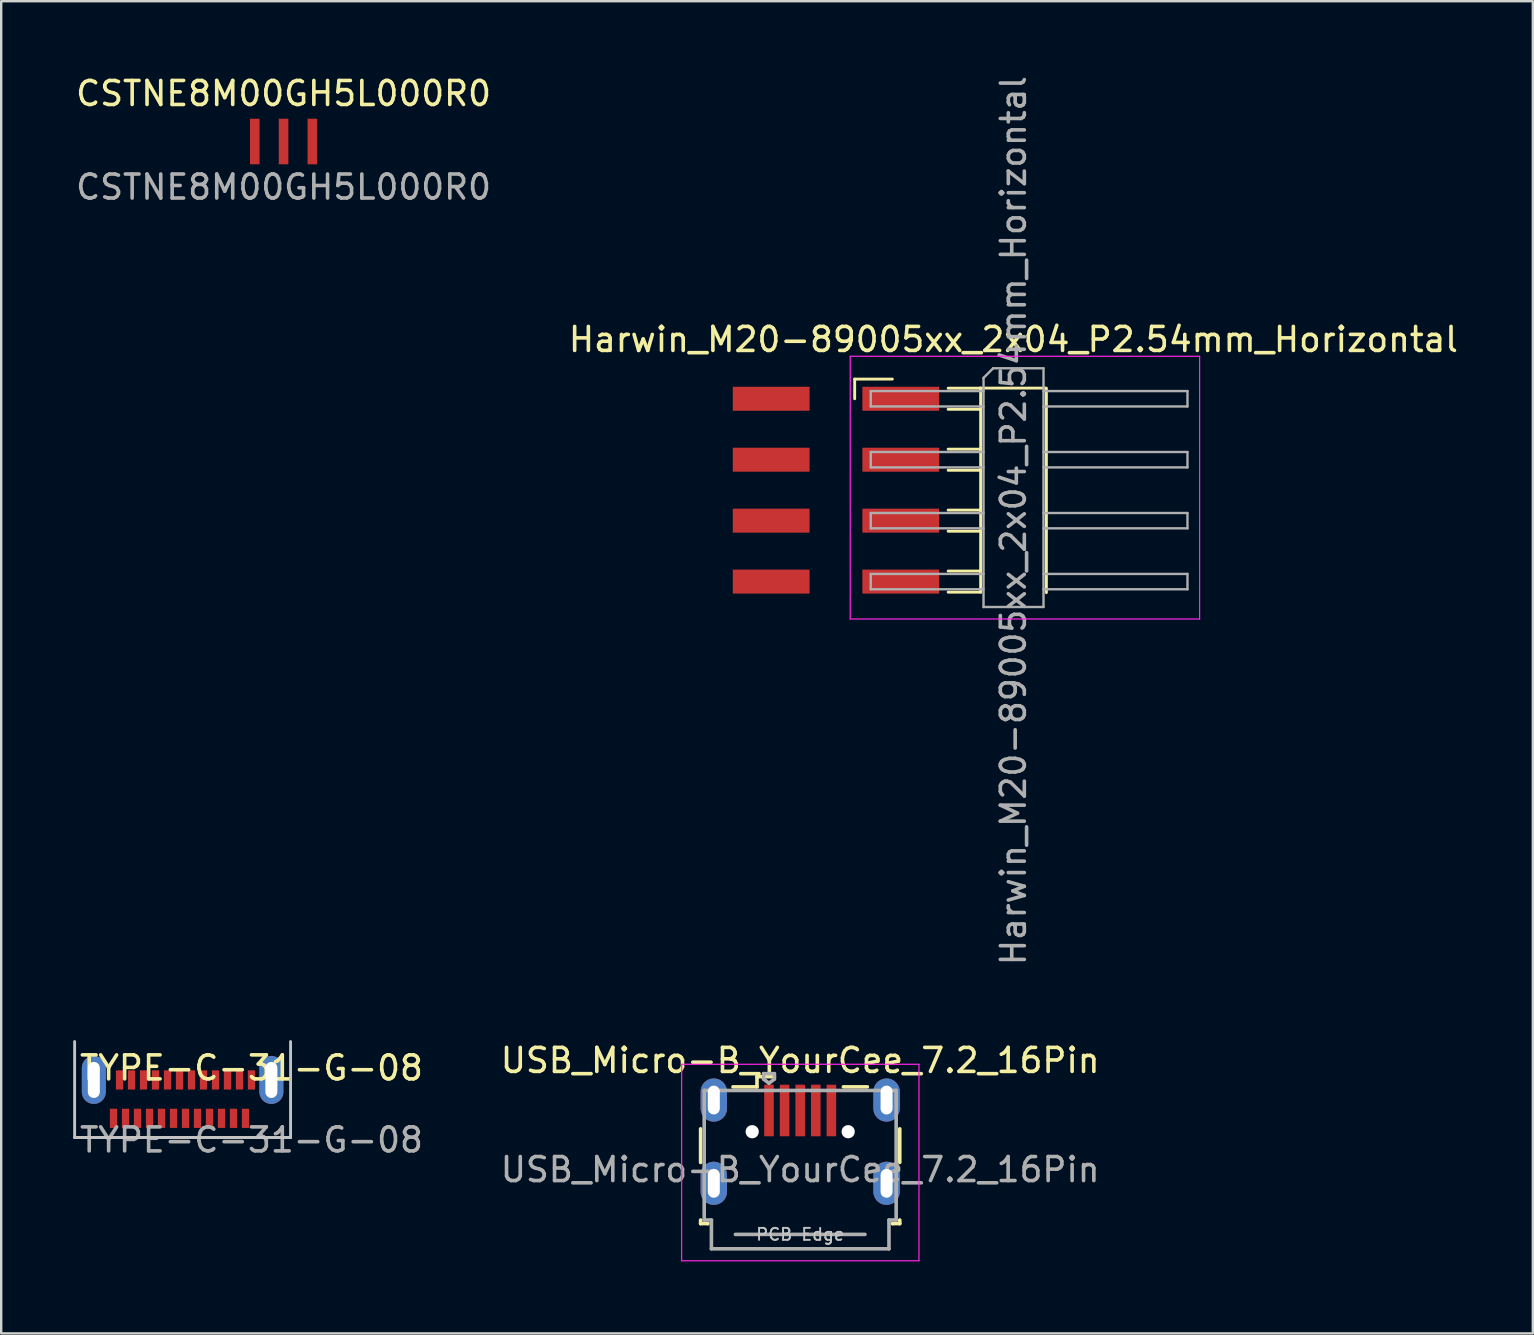
<source format=kicad_pcb>
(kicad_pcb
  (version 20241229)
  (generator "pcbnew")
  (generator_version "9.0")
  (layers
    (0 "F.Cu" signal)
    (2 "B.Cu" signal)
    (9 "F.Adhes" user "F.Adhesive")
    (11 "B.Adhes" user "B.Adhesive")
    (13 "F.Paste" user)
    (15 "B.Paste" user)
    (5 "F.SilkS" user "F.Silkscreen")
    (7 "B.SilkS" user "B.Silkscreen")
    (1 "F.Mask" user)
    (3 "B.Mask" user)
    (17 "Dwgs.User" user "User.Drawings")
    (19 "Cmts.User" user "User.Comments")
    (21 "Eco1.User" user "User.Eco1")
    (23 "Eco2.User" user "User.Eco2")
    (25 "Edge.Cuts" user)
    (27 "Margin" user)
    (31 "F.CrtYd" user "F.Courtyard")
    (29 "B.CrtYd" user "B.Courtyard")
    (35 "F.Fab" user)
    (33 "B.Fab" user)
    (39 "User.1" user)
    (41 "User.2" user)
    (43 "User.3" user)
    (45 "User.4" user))
  (footprint "CSTNE8M00GH5L000R0"
    (layer "F.Cu")
    (at 8.768 2.848)
    (property "Reference" "CSTNE8M00GH5L000R0" (at 0 -2 0) (unlocked yes) (layer "F.SilkS") (effects (font (size 1 1) (thickness 0.15))))
    (attr smd)
    (fp_text user "${REFERENCE}" (at 0 1.9 0) (unlocked yes) (layer "F.Fab") (effects (font (size 1 1) (thickness 0.15))))
    (pad "1" smd rect (at -1.2 0) (size 0.4 1.9) (layers "F.Cu" "F.Mask" "F.Paste"))
    (pad "2" smd rect (at 0 0) (size 0.4 1.9) (layers "F.Cu" "F.Mask" "F.Paste"))
    (pad "3" smd rect (at 1.2 0) (size 0.4 1.9) (layers "F.Cu" "F.Mask" "F.Paste")))
  (footprint "TYPE-C-31-G-08"
    (layer "F.Cu")
    (at 4.56 44.358)
    (property "Reference" "TYPE-C-31-G-08" (at 2.87 -2.9 0) (unlocked yes) (layer "F.SilkS") (effects (font (size 1 1) (thickness 0.15))))
    (attr smd)
    (fp_line (start -4.5 0) (end -4.5 -4) (stroke (width 0.12) (type solid)) (layer "Dwgs.User"))
    (fp_line (start -4.5 0) (end 4.5 0) (stroke (width 0.12) (type solid)) (layer "Dwgs.User"))
    (fp_line (start 4.5 0) (end 4.5 -4) (stroke (width 0.12) (type solid)) (layer "Dwgs.User"))
    (fp_line (start -4.5 0) (end 4.5 0) (stroke (width 0.12) (type solid)) (layer "Edge.Cuts"))
    (fp_text user "${REFERENCE}" (at 2.87 0.1 0) (unlocked yes) (layer "F.Fab") (effects (font (size 1 1) (thickness 0.15))))
    (pad "A1" smd rect (at 2.87 -2.4) (size 0.3 0.8) (layers "F.Cu" "F.Mask" "F.Paste"))
    (pad "A2" smd rect (at 2.37 -2.4) (size 0.3 0.8) (layers "F.Cu" "F.Mask" "F.Paste"))
    (pad "A3" smd rect (at 1.87 -2.4) (size 0.3 0.8) (layers "F.Cu" "F.Mask" "F.Paste"))
    (pad "A4" smd rect (at 1.37 -2.4) (size 0.3 0.8) (layers "F.Cu" "F.Mask" "F.Paste"))
    (pad "A5" smd rect (at 0.87 -2.4) (size 0.3 0.8) (layers "F.Cu" "F.Mask" "F.Paste"))
    (pad "A6" smd rect (at 0.37 -2.4) (size 0.3 0.8) (layers "F.Cu" "F.Mask" "F.Paste"))
    (pad "A7" smd rect (at -0.13 -2.4) (size 0.3 0.8) (layers "F.Cu" "F.Mask" "F.Paste"))
    (pad "A8" smd rect (at -0.63 -2.4) (size 0.3 0.8) (layers "F.Cu" "F.Mask" "F.Paste"))
    (pad "A9" smd rect (at -1.13 -2.4) (size 0.3 0.8) (layers "F.Cu" "F.Mask" "F.Paste"))
    (pad "A10" smd rect (at -1.63 -2.4) (size 0.3 0.8) (layers "F.Cu" "F.Mask" "F.Paste"))
    (pad "A11" smd rect (at -2.13 -2.4) (size 0.3 0.8) (layers "F.Cu" "F.Mask" "F.Paste"))
    (pad "A12" smd rect (at -2.63 -2.4) (size 0.3 0.8) (layers "F.Cu" "F.Mask" "F.Paste"))
    (pad "B1" smd rect (at -2.88 -0.8) (size 0.3 0.8) (layers "F.Cu" "F.Mask" "F.Paste"))
    (pad "B2" smd rect (at -2.38 -0.8) (size 0.3 0.8) (layers "F.Cu" "F.Mask" "F.Paste"))
    (pad "B3" smd rect (at -1.88 -0.8) (size 0.3 0.8) (layers "F.Cu" "F.Mask" "F.Paste"))
    (pad "B4" smd rect (at -1.38 -0.8) (size 0.3 0.8) (layers "F.Cu" "F.Mask" "F.Paste"))
    (pad "B5" smd rect (at -0.88 -0.8) (size 0.3 0.8) (layers "F.Cu" "F.Mask" "F.Paste"))
    (pad "B6" smd rect (at -0.38 -0.8) (size 0.3 0.8) (layers "F.Cu" "F.Mask" "F.Paste"))
    (pad "B7" smd rect (at 0.12 -0.8) (size 0.3 0.8) (layers "F.Cu" "F.Mask" "F.Paste"))
    (pad "B8" smd rect (at 0.62 -0.8) (size 0.3 0.8) (layers "F.Cu" "F.Mask" "F.Paste"))
    (pad "B9" smd rect (at 1.12 -0.8) (size 0.3 0.8) (layers "F.Cu" "F.Mask" "F.Paste"))
    (pad "B10" smd rect (at 1.62 -0.8) (size 0.3 0.8) (layers "F.Cu" "F.Mask" "F.Paste"))
    (pad "B11" smd rect (at 2.12 -0.8) (size 0.3 0.8) (layers "F.Cu" "F.Mask" "F.Paste"))
    (pad "B12" smd rect (at 2.62 -0.8) (size 0.3 0.8) (layers "F.Cu" "F.Mask" "F.Paste"))
    (pad "S1" thru_hole oval (at -3.7 -2.4) (size 1 2) (drill oval 0.5 1.5) (layers "*.Cu" "*.Mask"))
    (pad "S1" thru_hole oval (at 3.7 -2.4) (size 1 2) (drill oval 0.5 1.5) (layers "*.Cu" "*.Mask")))
  (footprint "USB_Micro-B_YourCee_7.2_16Pin"
    (layer "F.Cu")
    (at 30.299 44.516)
    (property "Reference" "USB_Micro-B_YourCee_7.2_16Pin" (at 0 -3.37 0) (layer "F.SilkS") (effects (font (size 1 1) (thickness 0.15))))
    (attr smd)
    (fp_line (start -4.15 -0.52) (end -4.15 0.88) (stroke (width 0.15) (type solid)) (layer "F.SilkS"))
    (fp_line (start -4.15 3.28) (end -4.15 3.43) (stroke (width 0.15) (type solid)) (layer "F.SilkS"))
    (fp_line (start -4.15 3.43) (end -3.85 3.43) (stroke (width 0.15) (type solid)) (layer "F.SilkS"))
    (fp_line (start -3.85 3.43) (end -3.85 3.43) (stroke (width 0.15) (type solid)) (layer "F.SilkS"))
    (fp_line (start -1.8 -2.695) (end -1.8 -2.27) (stroke (width 0.15) (type solid)) (layer "F.SilkS"))
    (fp_line (start -1.8 -2.27) (end -2.8 -2.27) (stroke (width 0.15) (type solid)) (layer "F.SilkS"))
    (fp_line (start -1.075 -2.695) (end -1.8 -2.695) (stroke (width 0.15) (type solid)) (layer "F.SilkS"))
    (fp_line (start 1.8 -2.27) (end 2.8 -2.27) (stroke (width 0.15) (type solid)) (layer "F.SilkS"))
    (fp_line (start 3.85 3.43) (end 3.85 3.43) (stroke (width 0.15) (type solid)) (layer "F.SilkS"))
    (fp_line (start 3.85 3.43) (end 4.15 3.43) (stroke (width 0.15) (type solid)) (layer "F.SilkS"))
    (fp_line (start 4.15 0.88) (end 4.15 -0.52) (stroke (width 0.15) (type solid)) (layer "F.SilkS"))
    (fp_line (start 4.15 3.43) (end 4.15 3.28) (stroke (width 0.15) (type solid)) (layer "F.SilkS"))
    (fp_line (start -4.94 -3.21) (end -4.94 4.98) (stroke (width 0.05) (type solid)) (layer "F.CrtYd"))
    (fp_line (start -4.94 4.98) (end 4.95 4.98) (stroke (width 0.05) (type solid)) (layer "F.CrtYd"))
    (fp_line (start 4.95 -3.21) (end -4.94 -3.21) (stroke (width 0.05) (type solid)) (layer "F.CrtYd"))
    (fp_line (start 4.95 4.98) (end 4.95 -3.21) (stroke (width 0.05) (type solid)) (layer "F.CrtYd"))
    (fp_line (start -4 -2.12) (end -4 3.28) (stroke (width 0.15) (type solid)) (layer "F.Fab"))
    (fp_line (start -4 3.28) (end -3.7 3.28) (stroke (width 0.15) (type solid)) (layer "F.Fab"))
    (fp_line (start -3.7 3.28) (end -3.7 4.48) (stroke (width 0.15) (type solid)) (layer "F.Fab"))
    (fp_line (start -3.7 4.48) (end 3.7 4.48) (stroke (width 0.15) (type solid)) (layer "F.Fab"))
    (fp_line (start -2.7 3.88) (end 2.7 3.88) (stroke (width 0.15) (type solid)) (layer "F.Fab"))
    (fp_line (start -1.525 -2.82) (end -1.075 -2.82) (stroke (width 0.15) (type solid)) (layer "F.Fab"))
    (fp_line (start -1.525 -2.595) (end -1.525 -2.82) (stroke (width 0.15) (type solid)) (layer "F.Fab"))
    (fp_line (start -1.3 -2.42) (end -1.525 -2.595) (stroke (width 0.15) (type solid)) (layer "F.Fab"))
    (fp_line (start -1.075 -2.82) (end -1.075 -2.595) (stroke (width 0.15) (type solid)) (layer "F.Fab"))
    (fp_line (start -1.075 -2.595) (end -1.3 -2.42) (stroke (width 0.15) (type solid)) (layer "F.Fab"))
    (fp_line (start 3.7 3.28) (end 4 3.28) (stroke (width 0.15) (type solid)) (layer "F.Fab"))
    (fp_line (start 3.7 4.48) (end 3.7 3.28) (stroke (width 0.15) (type solid)) (layer "F.Fab"))
    (fp_line (start 4 -2.12) (end -4 -2.12) (stroke (width 0.15) (type solid)) (layer "F.Fab"))
    (fp_line (start 4 3.28) (end 4 -2.12) (stroke (width 0.15) (type solid)) (layer "F.Fab"))
    (fp_text user "PCB Edge" (at 0 3.88 0) (layer "Dwgs.User") (effects (font (size 0.5 0.5) (thickness 0.08))))
    (fp_text user "${REFERENCE}" (at 0 1.18 0) (layer "F.Fab") (effects (font (size 1 1) (thickness 0.15))))
    (pad "" np_thru_hole oval (at -2 -0.4) (size 0.55 0.55) (drill 0.55) (layers "*.Cu" "*.Mask"))
    (pad "" np_thru_hole oval (at 2 -0.4) (size 0.55 0.55) (drill 0.55) (layers "*.Cu" "*.Mask"))
    (pad "1" smd rect (at -1.3 -1.285) (size 0.4 2.15) (layers "F.Cu" "F.Mask" "F.Paste"))
    (pad "2" smd rect (at -0.65 -1.285) (size 0.4 2.15) (layers "F.Cu" "F.Mask" "F.Paste"))
    (pad "3" smd rect (at 0 -1.285) (size 0.4 2.15) (layers "F.Cu" "F.Mask" "F.Paste"))
    (pad "4" smd rect (at 0.65 -1.285) (size 0.4 2.15) (layers "F.Cu" "F.Mask" "F.Paste"))
    (pad "5" smd rect (at 1.3 -1.285) (size 0.4 2.15) (layers "F.Cu" "F.Mask" "F.Paste"))
    (pad "6" thru_hole oval (at -3.6 -1.72) (size 1.1 1.8) (drill oval 0.5 1.2) (layers "*.Cu" "*.Mask"))
    (pad "6" thru_hole oval (at -3.6 1.75) (size 1.1 1.8) (drill oval 0.5 1.2) (layers "*.Cu" "*.Mask"))
    (pad "6" thru_hole oval (at 3.6 -1.72) (size 1.1 1.8) (drill oval 0.5 1.2) (layers "*.Cu" "*.Mask"))
    (pad "6" thru_hole oval (at 3.6 1.75) (size 1.1 1.8) (drill oval 0.5 1.2) (layers "*.Cu" "*.Mask")))
  (footprint "Harwin_M20-89005xx_2x04_P2.54mm_Horizontal"
    (layer "F.Cu")
    (at 32.89 20.689)
    (property "Reference" "Harwin_M20-89005xx_2x04_P2.54mm_Horizontal" (at 6.295 -9.59 0) (layer "F.SilkS") (effects (font (size 1 1) (thickness 0.15))))
    (attr smd)
    (fp_line (start -0.32 -7.94) (end 1.25 -7.94) (stroke (width 0.12) (type solid)) (layer "F.SilkS"))
    (fp_line (start -0.32 -7.12) (end -0.32 -7.94) (stroke (width 0.12) (type solid)) (layer "F.SilkS"))
    (fp_line (start 3.575 -7.56) (end 4.93 -7.56) (stroke (width 0.12) (type solid)) (layer "F.SilkS"))
    (fp_line (start 3.575 -6.68) (end 4.93 -6.68) (stroke (width 0.12) (type solid)) (layer "F.SilkS"))
    (fp_line (start 3.575 -5.02) (end 4.93 -5.02) (stroke (width 0.12) (type solid)) (layer "F.SilkS"))
    (fp_line (start 3.575 -4.14) (end 4.93 -4.14) (stroke (width 0.12) (type solid)) (layer "F.SilkS"))
    (fp_line (start 3.575 -2.48) (end 4.93 -2.48) (stroke (width 0.12) (type solid)) (layer "F.SilkS"))
    (fp_line (start 3.575 -1.6) (end 4.93 -1.6) (stroke (width 0.12) (type solid)) (layer "F.SilkS"))
    (fp_line (start 3.575 0.06) (end 4.93 0.06) (stroke (width 0.12) (type solid)) (layer "F.SilkS"))
    (fp_line (start 3.575 0.94) (end 4.93 0.94) (stroke (width 0.12) (type solid)) (layer "F.SilkS"))
    (fp_line (start 4.905 -7.565) (end 7.645 -7.565) (stroke (width 0.12) (type solid)) (layer "F.SilkS"))
    (fp_line (start 4.93 0.94) (end 4.93 -7.56) (stroke (width 0.12) (type solid)) (layer "F.SilkS"))
    (fp_line (start 7.67 -7.56) (end 7.67 0.96) (stroke (width 0.12) (type solid)) (layer "F.SilkS"))
    (fp_line (start -0.505 -8.89) (end 14.055 -8.89) (stroke (width 0.05) (type solid)) (layer "F.CrtYd"))
    (fp_line (start -0.505 2.06) (end -0.505 -8.89) (stroke (width 0.05) (type solid)) (layer "F.CrtYd"))
    (fp_line (start 14.055 -8.89) (end 14.055 2.06) (stroke (width 0.05) (type solid)) (layer "F.CrtYd"))
    (fp_line (start 14.055 2.06) (end -0.505 2.06) (stroke (width 0.05) (type solid)) (layer "F.CrtYd"))
    (fp_line (start 0.35 -7.44) (end 0.35 -6.8) (stroke (width 0.1) (type solid)) (layer "F.Fab"))
    (fp_line (start 0.35 -6.8) (end 5.05 -6.8) (stroke (width 0.1) (type solid)) (layer "F.Fab"))
    (fp_line (start 0.35 -4.9) (end 0.35 -4.26) (stroke (width 0.1) (type solid)) (layer "F.Fab"))
    (fp_line (start 0.35 -4.26) (end 5.05 -4.26) (stroke (width 0.1) (type solid)) (layer "F.Fab"))
    (fp_line (start 0.35 -2.36) (end 0.35 -1.72) (stroke (width 0.1) (type solid)) (layer "F.Fab"))
    (fp_line (start 0.35 -1.72) (end 5.05 -1.72) (stroke (width 0.1) (type solid)) (layer "F.Fab"))
    (fp_line (start 0.35 0.18) (end 0.35 0.82) (stroke (width 0.1) (type solid)) (layer "F.Fab"))
    (fp_line (start 0.35 0.82) (end 5.05 0.82) (stroke (width 0.1) (type solid)) (layer "F.Fab"))
    (fp_line (start 5.05 -7.99) (end 5.45 -8.39) (stroke (width 0.1) (type solid)) (layer "F.Fab"))
    (fp_line (start 5.05 -7.44) (end 0.35 -7.44) (stroke (width 0.1) (type solid)) (layer "F.Fab"))
    (fp_line (start 5.05 -4.9) (end 0.35 -4.9) (stroke (width 0.1) (type solid)) (layer "F.Fab"))
    (fp_line (start 5.05 -2.36) (end 0.35 -2.36) (stroke (width 0.1) (type solid)) (layer "F.Fab"))
    (fp_line (start 5.05 0.18) (end 0.35 0.18) (stroke (width 0.1) (type solid)) (layer "F.Fab"))
    (fp_line (start 5.05 1.56) (end 5.05 -7.99) (stroke (width 0.1) (type solid)) (layer "F.Fab"))
    (fp_line (start 5.45 -8.39) (end 7.55 -8.39) (stroke (width 0.1) (type solid)) (layer "F.Fab"))
    (fp_line (start 7.55 -8.39) (end 7.55 1.56) (stroke (width 0.1) (type solid)) (layer "F.Fab"))
    (fp_line (start 7.55 -7.44) (end 13.55 -7.44) (stroke (width 0.1) (type solid)) (layer "F.Fab"))
    (fp_line (start 7.55 -4.9) (end 13.55 -4.9) (stroke (width 0.1) (type solid)) (layer "F.Fab"))
    (fp_line (start 7.55 -2.36) (end 13.55 -2.36) (stroke (width 0.1) (type solid)) (layer "F.Fab"))
    (fp_line (start 7.55 0.18) (end 13.55 0.18) (stroke (width 0.1) (type solid)) (layer "F.Fab"))
    (fp_line (start 7.55 1.56) (end 5.05 1.56) (stroke (width 0.1) (type solid)) (layer "F.Fab"))
    (fp_line (start 13.55 -7.44) (end 13.55 -6.8) (stroke (width 0.1) (type solid)) (layer "F.Fab"))
    (fp_line (start 13.55 -6.8) (end 7.55 -6.8) (stroke (width 0.1) (type solid)) (layer "F.Fab"))
    (fp_line (start 13.55 -4.9) (end 13.55 -4.26) (stroke (width 0.1) (type solid)) (layer "F.Fab"))
    (fp_line (start 13.55 -4.26) (end 7.55 -4.26) (stroke (width 0.1) (type solid)) (layer "F.Fab"))
    (fp_line (start 13.55 -2.36) (end 13.55 -1.72) (stroke (width 0.1) (type solid)) (layer "F.Fab"))
    (fp_line (start 13.55 -1.72) (end 7.55 -1.72) (stroke (width 0.1) (type solid)) (layer "F.Fab"))
    (fp_line (start 13.55 0.18) (end 13.55 0.82) (stroke (width 0.1) (type solid)) (layer "F.Fab"))
    (fp_line (start 13.55 0.82) (end 7.55 0.82) (stroke (width 0.1) (type solid)) (layer "F.Fab"))
    (fp_text user "${REFERENCE}" (at 6.295 -2.04 90) (layer "F.Fab") (effects (font (size 1 1) (thickness 0.15))))
    (pad "1" smd rect (at -3.8 -7.12) (size 3.2 1) (layers "F.Cu" "F.Mask" "F.Paste"))
    (pad "1" smd rect (at 1.6 -7.12) (size 3.2 1) (layers "F.Cu" "F.Mask" "F.Paste"))
    (pad "2" smd rect (at -3.8 -4.58) (size 3.2 1) (layers "F.Cu" "F.Mask" "F.Paste"))
    (pad "2" smd rect (at 1.6 -4.58) (size 3.2 1) (layers "F.Cu" "F.Mask" "F.Paste"))
    (pad "3" smd rect (at -3.8 -2.04) (size 3.2 1) (layers "F.Cu" "F.Mask" "F.Paste"))
    (pad "3" smd rect (at 1.6 -2.04) (size 3.2 1) (layers "F.Cu" "F.Mask" "F.Paste"))
    (pad "4" smd rect (at -3.8 0.5) (size 3.2 1) (layers "F.Cu" "F.Mask" "F.Paste"))
    (pad "4" smd rect (at 1.6 0.5) (size 3.2 1) (layers "F.Cu" "F.Mask" "F.Paste")))
  (gr_rect
    (start -3 -3)
    (end 60.833 52.521)
    (stroke (width 0.1) (type default))
    (fill no)
    (layer "Edge.Cuts")))
</source>
